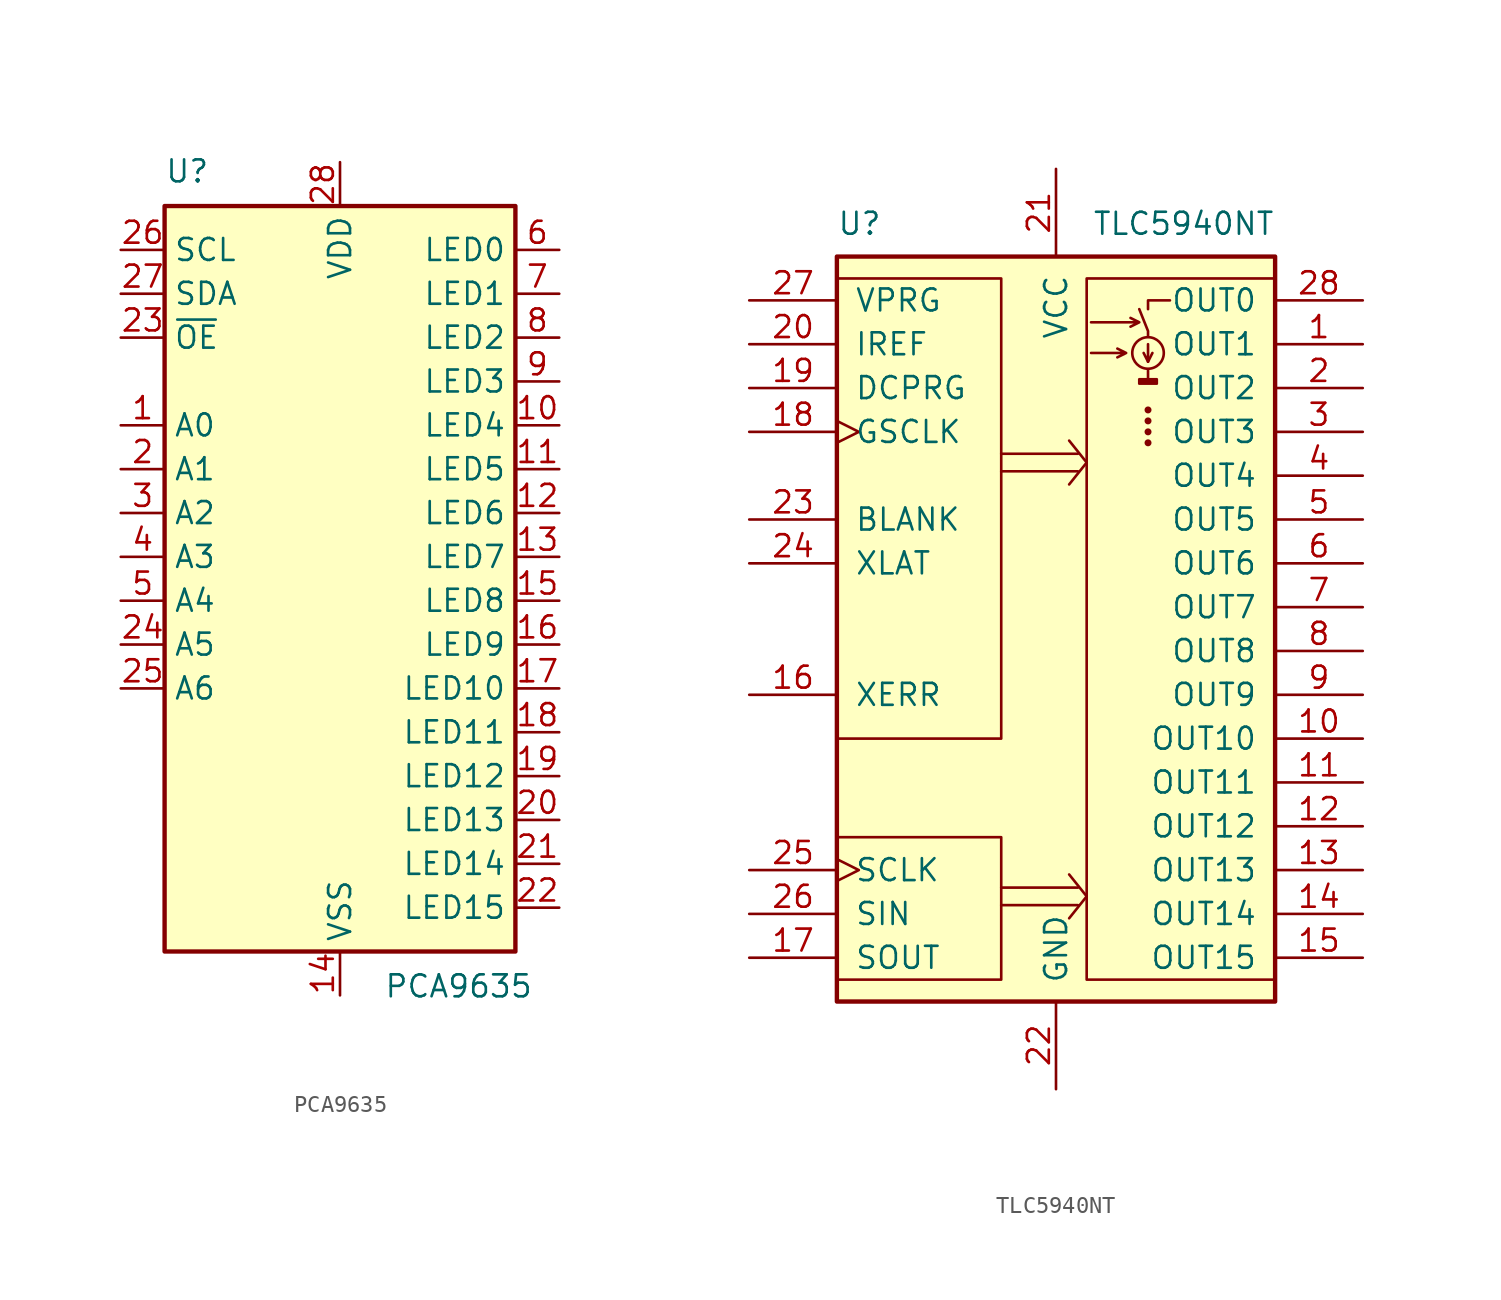
<source format=kicad_sym>
(kicad_symbol_lib
  (version 20201005)
  (generator kicad_symbol_editor)
  (symbol "PCA9635"
    (property "Reference" "U"
      (at -10.16 24.13 0)
      (effects (font (size 1.27 1.27)) (justify left bottom)))
    (property "Value" "PCA9635"
      (at 2.54 -21.59 0)
      (effects (font (size 1.27 1.27)) (justify left top)))
    (symbol "PCA9635_0_1"
      (rectangle (start -10.16 22.86) (end 10.16 -20.32) (stroke (width 0.254)) (fill (type background))))
    (symbol "PCA9635_1_1"
      (pin input line (at -12.7 10.16 0) (length 2.54) (name "A0" (effects (font (size 1.27 1.27)))) (number "1" (effects (font (size 1.27 1.27)))))
      (pin output line (at 12.7 10.16 180) (length 2.54) (name "LED4" (effects (font (size 1.27 1.27)))) (number "10" (effects (font (size 1.27 1.27)))))
      (pin output line (at 12.7 7.62 180) (length 2.54) (name "LED5" (effects (font (size 1.27 1.27)))) (number "11" (effects (font (size 1.27 1.27)))))
      (pin output line (at 12.7 5.08 180) (length 2.54) (name "LED6" (effects (font (size 1.27 1.27)))) (number "12" (effects (font (size 1.27 1.27)))))
      (pin output line (at 12.7 2.54 180) (length 2.54) (name "LED7" (effects (font (size 1.27 1.27)))) (number "13" (effects (font (size 1.27 1.27)))))
      (pin power_in line (at 0 -22.86 90) (length 2.54) (name "VSS" (effects (font (size 1.27 1.27)))) (number "14" (effects (font (size 1.27 1.27)))))
      (pin output line (at 12.7 0 180) (length 2.54) (name "LED8" (effects (font (size 1.27 1.27)))) (number "15" (effects (font (size 1.27 1.27)))))
      (pin output line (at 12.7 -2.54 180) (length 2.54) (name "LED9" (effects (font (size 1.27 1.27)))) (number "16" (effects (font (size 1.27 1.27)))))
      (pin output line (at 12.7 -5.08 180) (length 2.54) (name "LED10" (effects (font (size 1.27 1.27)))) (number "17" (effects (font (size 1.27 1.27)))))
      (pin output line (at 12.7 -7.62 180) (length 2.54) (name "LED11" (effects (font (size 1.27 1.27)))) (number "18" (effects (font (size 1.27 1.27)))))
      (pin output line (at 12.7 -10.16 180) (length 2.54) (name "LED12" (effects (font (size 1.27 1.27)))) (number "19" (effects (font (size 1.27 1.27)))))
      (pin input line (at -12.7 7.62 0) (length 2.54) (name "A1" (effects (font (size 1.27 1.27)))) (number "2" (effects (font (size 1.27 1.27)))))
      (pin output line (at 12.7 -12.7 180) (length 2.54) (name "LED13" (effects (font (size 1.27 1.27)))) (number "20" (effects (font (size 1.27 1.27)))))
      (pin output line (at 12.7 -15.24 180) (length 2.54) (name "LED14" (effects (font (size 1.27 1.27)))) (number "21" (effects (font (size 1.27 1.27)))))
      (pin output line (at 12.7 -17.78 180) (length 2.54) (name "LED15" (effects (font (size 1.27 1.27)))) (number "22" (effects (font (size 1.27 1.27)))))
      (pin input line (at -12.7 15.24 0) (length 2.54) (name "~OE" (effects (font (size 1.27 1.27)))) (number "23" (effects (font (size 1.27 1.27)))))
      (pin input line (at -12.7 -2.54 0) (length 2.54) (name "A5" (effects (font (size 1.27 1.27)))) (number "24" (effects (font (size 1.27 1.27)))))
      (pin input line (at -12.7 -5.08 0) (length 2.54) (name "A6" (effects (font (size 1.27 1.27)))) (number "25" (effects (font (size 1.27 1.27)))))
      (pin input line (at -12.7 20.32 0) (length 2.54) (name "SCL" (effects (font (size 1.27 1.27)))) (number "26" (effects (font (size 1.27 1.27)))))
      (pin bidirectional line (at -12.7 17.78 0) (length 2.54) (name "SDA" (effects (font (size 1.27 1.27)))) (number "27" (effects (font (size 1.27 1.27)))))
      (pin power_in line (at 0 25.4 270) (length 2.54) (name "VDD" (effects (font (size 1.27 1.27)))) (number "28" (effects (font (size 1.27 1.27)))))
      (pin input line (at -12.7 5.08 0) (length 2.54) (name "A2" (effects (font (size 1.27 1.27)))) (number "3" (effects (font (size 1.27 1.27)))))
      (pin input line (at -12.7 2.54 0) (length 2.54) (name "A3" (effects (font (size 1.27 1.27)))) (number "4" (effects (font (size 1.27 1.27)))))
      (pin input line (at -12.7 0 0) (length 2.54) (name "A4" (effects (font (size 1.27 1.27)))) (number "5" (effects (font (size 1.27 1.27)))))
      (pin output line (at 12.7 20.32 180) (length 2.54) (name "LED0" (effects (font (size 1.27 1.27)))) (number "6" (effects (font (size 1.27 1.27)))))
      (pin output line (at 12.7 17.78 180) (length 2.54) (name "LED1" (effects (font (size 1.27 1.27)))) (number "7" (effects (font (size 1.27 1.27)))))
      (pin output line (at 12.7 15.24 180) (length 2.54) (name "LED2" (effects (font (size 1.27 1.27)))) (number "8" (effects (font (size 1.27 1.27)))))
      (pin output line (at 12.7 12.7 180) (length 2.54) (name "LED3" (effects (font (size 1.27 1.27)))) (number "9" (effects (font (size 1.27 1.27)))))))
  (symbol "TLC5940NT"
    (pin_names
      (offset 1.016))
    (property "Reference" "U"
      (at -12.7 22.225 0)
      (effects (font (size 1.27 1.27)) (justify left)))
    (property "Value" "TLC5940NT"
      (at 12.7 22.225 0)
      (effects (font (size 1.27 1.27)) (justify right)))
    (symbol "TLC5940NT_0_1"
      (circle (center 5.334 14.732) (radius 0.914) (stroke (width 0)) (fill (type none)))
      (circle (center 5.334 9.525) (radius 0.127) (stroke (width 0)) (fill (type outline)))
      (circle (center 5.334 10.16) (radius 0.127) (stroke (width 0)) (fill (type outline)))
      (circle (center 5.334 10.795) (radius 0.127) (stroke (width 0)) (fill (type outline)))
      (circle (center 5.334 11.43) (radius 0.127) (stroke (width 0)) (fill (type outline)))
      (rectangle (start -12.7 -21.59) (end -3.175 -13.335) (stroke (width 0)) (fill (type none)))
      (rectangle (start -12.7 19.05) (end -3.175 -7.62) (stroke (width 0)) (fill (type none)))
      (rectangle (start 1.778 19.05) (end 12.7 -21.59) (stroke (width 0)) (fill (type none)))
      (rectangle (start 4.826 13.208) (end 5.842 12.954) (stroke (width 0)) (fill (type outline)))
      (rectangle (start -12.7 20.32) (end 12.7 -22.86) (stroke (width 0.254)) (fill (type background)))
      (polyline (pts (xy -3.175 -16.256) (xy 1.27 -16.256)) (stroke (width 0)) (fill (type none)))
      (polyline (pts (xy -3.175 8.89) (xy 1.27 8.89)) (stroke (width 0)) (fill (type none)))
      (polyline (pts (xy 1.27 -17.272) (xy -3.175 -17.272)) (stroke (width 0)) (fill (type none)))
      (polyline (pts (xy 1.27 7.874) (xy -3.175 7.874)) (stroke (width 0)) (fill (type none)))
      (polyline (pts (xy 1.778 -16.764) (xy 0.762 -18.034)) (stroke (width 0)) (fill (type none)))
      (polyline (pts (xy 1.778 -16.764) (xy 0.762 -15.494)) (stroke (width 0)) (fill (type none)))
      (polyline (pts (xy 1.778 8.382) (xy 0.762 7.112)) (stroke (width 0)) (fill (type none)))
      (polyline (pts (xy 1.778 8.382) (xy 0.762 9.652)) (stroke (width 0)) (fill (type none)))
      (polyline (pts (xy 5.334 13.716) (xy 5.334 13.208)) (stroke (width 0)) (fill (type none)))
      (polyline (pts (xy 5.334 14.224) (xy 5.588 14.732)) (stroke (width 0)) (fill (type none)))
      (polyline (pts (xy 5.334 15.24) (xy 5.334 14.224) (xy 5.08 14.732)) (stroke (width 0)) (fill (type none)))
      (polyline (pts (xy 5.334 15.748) (xy 5.334 16.002) (xy 4.826 17.272)) (stroke (width 0)) (fill (type none)))
      (polyline (pts (xy 5.334 17.272) (xy 5.334 17.78) (xy 6.604 17.78)) (stroke (width 0)) (fill (type none)))
      (polyline (pts (xy 2.032 14.732) (xy 4.064 14.732) (xy 3.556 14.986) (xy 4.064 14.732) (xy 3.556 14.478)) (stroke (width 0)) (fill (type none)))
      (polyline (pts (xy 2.032 16.51) (xy 4.826 16.51) (xy 4.318 16.764) (xy 4.826 16.51) (xy 4.318 16.256)) (stroke (width 0)) (fill (type none))))
    (symbol "TLC5940NT_1_1"
      (pin open_collector line (at 17.78 15.24 180) (length 5.08) (name "OUT1" (effects (font (size 1.27 1.27)))) (number "1" (effects (font (size 1.27 1.27)))))
      (pin open_collector line (at 17.78 -7.62 180) (length 5.08) (name "OUT10" (effects (font (size 1.27 1.27)))) (number "10" (effects (font (size 1.27 1.27)))))
      (pin open_collector line (at 17.78 -10.16 180) (length 5.08) (name "OUT11" (effects (font (size 1.27 1.27)))) (number "11" (effects (font (size 1.27 1.27)))))
      (pin open_collector line (at 17.78 -12.7 180) (length 5.08) (name "OUT12" (effects (font (size 1.27 1.27)))) (number "12" (effects (font (size 1.27 1.27)))))
      (pin open_collector line (at 17.78 -15.24 180) (length 5.08) (name "OUT13" (effects (font (size 1.27 1.27)))) (number "13" (effects (font (size 1.27 1.27)))))
      (pin open_collector line (at 17.78 -17.78 180) (length 5.08) (name "OUT14" (effects (font (size 1.27 1.27)))) (number "14" (effects (font (size 1.27 1.27)))))
      (pin open_collector line (at 17.78 -20.32 180) (length 5.08) (name "OUT15" (effects (font (size 1.27 1.27)))) (number "15" (effects (font (size 1.27 1.27)))))
      (pin open_collector line (at -17.78 -5.08 0) (length 5.08) (name "XERR" (effects (font (size 1.27 1.27)))) (number "16" (effects (font (size 1.27 1.27)))))
      (pin output line (at -17.78 -20.32 0) (length 5.08) (name "SOUT" (effects (font (size 1.27 1.27)))) (number "17" (effects (font (size 1.27 1.27)))))
      (pin input clock (at -17.78 10.16 0) (length 5.08) (name "GSCLK" (effects (font (size 1.27 1.27)))) (number "18" (effects (font (size 1.27 1.27)))))
      (pin input line (at -17.78 12.7 0) (length 5.08) (name "DCPRG" (effects (font (size 1.27 1.27)))) (number "19" (effects (font (size 1.27 1.27)))))
      (pin open_collector line (at 17.78 12.7 180) (length 5.08) (name "OUT2" (effects (font (size 1.27 1.27)))) (number "2" (effects (font (size 1.27 1.27)))))
      (pin input line (at -17.78 15.24 0) (length 5.08) (name "IREF" (effects (font (size 1.27 1.27)))) (number "20" (effects (font (size 1.27 1.27)))))
      (pin power_in line (at 0 25.4 270) (length 5.08) (name "VCC" (effects (font (size 1.27 1.27)))) (number "21" (effects (font (size 1.27 1.27)))))
      (pin power_in line (at 0 -27.94 90) (length 5.08) (name "GND" (effects (font (size 1.27 1.27)))) (number "22" (effects (font (size 1.27 1.27)))))
      (pin input line (at -17.78 5.08 0) (length 5.08) (name "BLANK" (effects (font (size 1.27 1.27)))) (number "23" (effects (font (size 1.27 1.27)))))
      (pin input line (at -17.78 2.54 0) (length 5.08) (name "XLAT" (effects (font (size 1.27 1.27)))) (number "24" (effects (font (size 1.27 1.27)))))
      (pin input clock (at -17.78 -15.24 0) (length 5.08) (name "SCLK" (effects (font (size 1.27 1.27)))) (number "25" (effects (font (size 1.27 1.27)))))
      (pin input line (at -17.78 -17.78 0) (length 5.08) (name "SIN" (effects (font (size 1.27 1.27)))) (number "26" (effects (font (size 1.27 1.27)))))
      (pin input line (at -17.78 17.78 0) (length 5.08) (name "VPRG" (effects (font (size 1.27 1.27)))) (number "27" (effects (font (size 1.27 1.27)))))
      (pin open_collector line (at 17.78 17.78 180) (length 5.08) (name "OUT0" (effects (font (size 1.27 1.27)))) (number "28" (effects (font (size 1.27 1.27)))))
      (pin open_collector line (at 17.78 10.16 180) (length 5.08) (name "OUT3" (effects (font (size 1.27 1.27)))) (number "3" (effects (font (size 1.27 1.27)))))
      (pin open_collector line (at 17.78 7.62 180) (length 5.08) (name "OUT4" (effects (font (size 1.27 1.27)))) (number "4" (effects (font (size 1.27 1.27)))))
      (pin open_collector line (at 17.78 5.08 180) (length 5.08) (name "OUT5" (effects (font (size 1.27 1.27)))) (number "5" (effects (font (size 1.27 1.27)))))
      (pin open_collector line (at 17.78 2.54 180) (length 5.08) (name "OUT6" (effects (font (size 1.27 1.27)))) (number "6" (effects (font (size 1.27 1.27)))))
      (pin open_collector line (at 17.78 0 180) (length 5.08) (name "OUT7" (effects (font (size 1.27 1.27)))) (number "7" (effects (font (size 1.27 1.27)))))
      (pin open_collector line (at 17.78 -2.54 180) (length 5.08) (name "OUT8" (effects (font (size 1.27 1.27)))) (number "8" (effects (font (size 1.27 1.27)))))
      (pin open_collector line (at 17.78 -5.08 180) (length 5.08) (name "OUT9" (effects (font (size 1.27 1.27)))) (number "9" (effects (font (size 1.27 1.27))))))))
</source>
